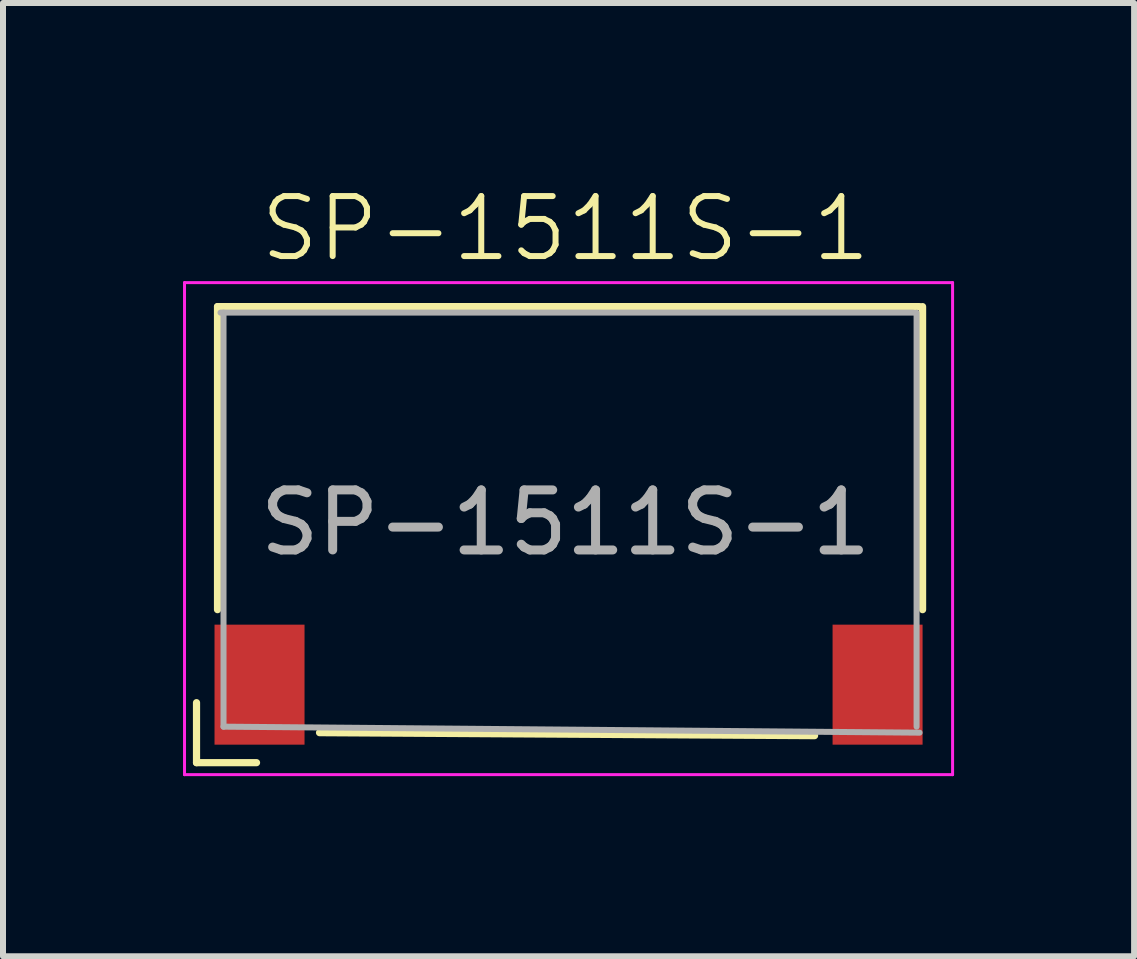
<source format=kicad_pcb>
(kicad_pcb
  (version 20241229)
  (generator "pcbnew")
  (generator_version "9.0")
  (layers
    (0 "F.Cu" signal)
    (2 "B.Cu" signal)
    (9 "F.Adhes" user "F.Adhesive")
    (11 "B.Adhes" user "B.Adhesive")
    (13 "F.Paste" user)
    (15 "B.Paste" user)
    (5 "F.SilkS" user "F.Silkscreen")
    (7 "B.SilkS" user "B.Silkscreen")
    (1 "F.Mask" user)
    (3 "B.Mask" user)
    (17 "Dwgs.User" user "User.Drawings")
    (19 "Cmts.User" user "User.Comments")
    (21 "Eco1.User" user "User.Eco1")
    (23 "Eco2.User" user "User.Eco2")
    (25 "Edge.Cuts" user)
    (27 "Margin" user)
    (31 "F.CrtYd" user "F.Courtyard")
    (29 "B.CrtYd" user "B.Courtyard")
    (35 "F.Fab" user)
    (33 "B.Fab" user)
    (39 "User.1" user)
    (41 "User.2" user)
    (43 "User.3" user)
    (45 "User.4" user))
  (footprint "SP-1511S-1"
    (layer "F.Cu")
    (at 6.375 5.66)
    (property "Reference" "SP-1511S-1" (at 0 -4.9 0) (unlocked yes) (layer "F.SilkS") (effects (font (size 1 1) (thickness 0.1))))
    (attr smd)
    (fp_line (start -6.15 3) (end -6.15 4) (stroke (width 0.12) (type solid)) (layer "F.SilkS"))
    (fp_line (start -6.15 4) (end -5.15 4) (stroke (width 0.12) (type solid)) (layer "F.SilkS"))
    (fp_line (start -5.8 -3.6) (end 5.9 -3.6) (stroke (width 0.12) (type solid)) (layer "F.SilkS"))
    (fp_line (start -5.8 1.45) (end -5.8 -3.6) (stroke (width 0.12) (type solid)) (layer "F.SilkS"))
    (fp_line (start 4.15 3.55) (end -4.1 3.5) (stroke (width 0.12) (type solid)) (layer "F.SilkS"))
    (fp_line (start 5.95 -3.6) (end 5.95 1.45) (stroke (width 0.12) (type solid)) (layer "F.SilkS"))
    (fp_line (start -6.35 -4) (end -6.35 4.2) (stroke (width 0.05) (type solid)) (layer "F.CrtYd"))
    (fp_line (start -6.35 -4) (end 6.45 -4) (stroke (width 0.05) (type solid)) (layer "F.CrtYd"))
    (fp_line (start 6.45 -4) (end 6.45 4.2) (stroke (width 0.05) (type solid)) (layer "F.CrtYd"))
    (fp_line (start 6.45 4.2) (end -6.35 4.2) (stroke (width 0.05) (type solid)) (layer "F.CrtYd"))
    (fp_line (start -5.7 -3.5) (end -5.7 3.4) (stroke (width 0.1) (type solid)) (layer "F.Fab"))
    (fp_line (start -5.7 3.4) (end 5.9 3.5) (stroke (width 0.1) (type solid)) (layer "F.Fab"))
    (fp_line (start 5.8 -3.5) (end -5.75 -3.5) (stroke (width 0.1) (type solid)) (layer "F.Fab"))
    (fp_line (start 5.85 3.4) (end 5.85 -3.5) (stroke (width 0.1) (type solid)) (layer "F.Fab"))
    (fp_text user "${REFERENCE}" (at 0 0 0) (unlocked yes) (layer "F.Fab") (effects (font (size 1 1) (thickness 0.15))))
    (pad "1" smd rect (at -5.1 2.7 180) (size 1.5 2) (layers "F.Cu" "F.Mask"))
    (pad "2" smd rect (at 5.2 2.7 180) (size 1.5 2) (layers "F.Cu" "F.Mask")))
  (gr_rect
    (start -3 -3)
    (end 15.85 12.886)
    (stroke (width 0.1) (type default))
    (fill no)
    (layer "Edge.Cuts")))
</source>
